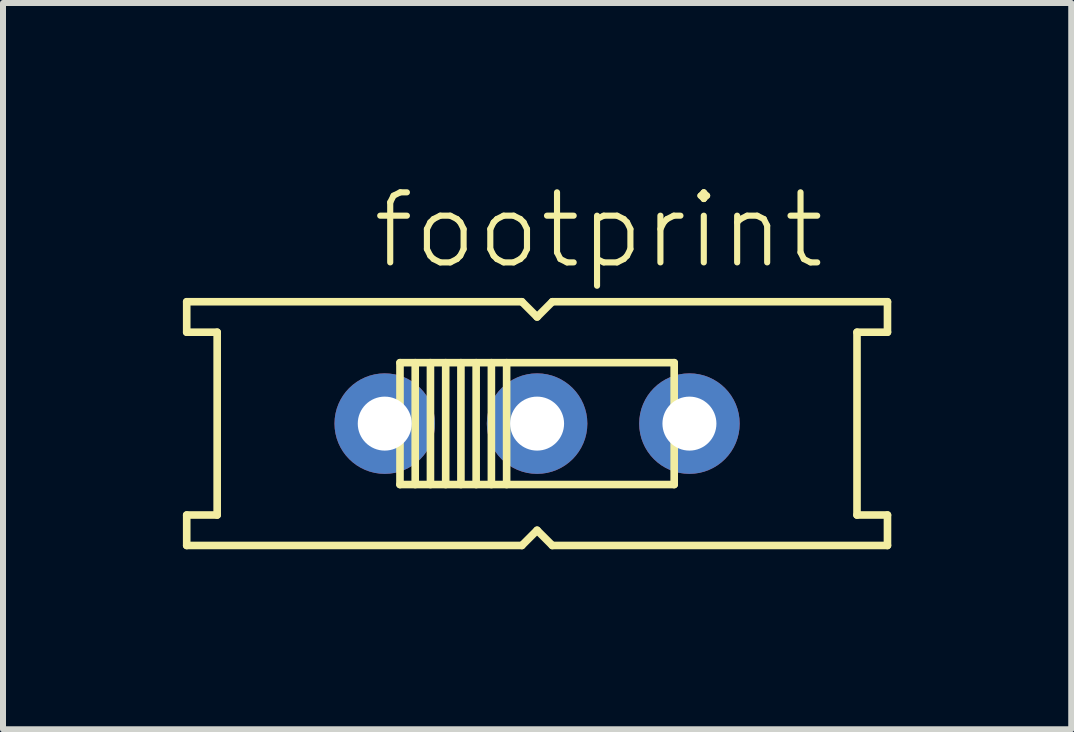
<source format=kicad_pcb>
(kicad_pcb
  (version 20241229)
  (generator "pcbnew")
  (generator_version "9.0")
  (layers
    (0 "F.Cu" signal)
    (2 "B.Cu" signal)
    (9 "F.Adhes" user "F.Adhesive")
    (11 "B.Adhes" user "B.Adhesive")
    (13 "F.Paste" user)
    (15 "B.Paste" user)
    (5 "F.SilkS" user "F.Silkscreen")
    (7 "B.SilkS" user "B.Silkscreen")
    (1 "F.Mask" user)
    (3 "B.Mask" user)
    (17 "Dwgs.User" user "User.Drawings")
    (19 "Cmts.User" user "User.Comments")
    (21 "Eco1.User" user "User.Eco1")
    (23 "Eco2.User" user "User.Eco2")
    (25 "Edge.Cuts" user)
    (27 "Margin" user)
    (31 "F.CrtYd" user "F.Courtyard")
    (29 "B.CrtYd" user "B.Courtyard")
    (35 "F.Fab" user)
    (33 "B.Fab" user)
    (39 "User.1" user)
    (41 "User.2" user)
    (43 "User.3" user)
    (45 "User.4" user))
  (footprint "footprint"
    (layer "F.Cu")
    (at 5.905 4.013)
    (property "Reference" "footprint" (at -2.794 -2.54 0) (layer "F.SilkS") (effects (font (size 1.168 1.168) (thickness 0.102)) (justify left bottom)))
    (fp_line (start -5.842 -2.032) (end -0.254 -2.032) (stroke (width 0.127) (type solid)) (layer "F.SilkS"))
    (fp_line (start -5.842 -1.524) (end -5.842 -2.032) (stroke (width 0.127) (type solid)) (layer "F.SilkS"))
    (fp_line (start -5.842 1.524) (end -5.334 1.524) (stroke (width 0.127) (type solid)) (layer "F.SilkS"))
    (fp_line (start -5.842 2.032) (end -5.842 1.524) (stroke (width 0.127) (type solid)) (layer "F.SilkS"))
    (fp_line (start -5.334 -1.524) (end -5.842 -1.524) (stroke (width 0.127) (type solid)) (layer "F.SilkS"))
    (fp_line (start -5.334 1.524) (end -5.334 -1.524) (stroke (width 0.127) (type solid)) (layer "F.SilkS"))
    (fp_line (start -2.286 -1.016) (end 2.286 -1.016) (stroke (width 0.127) (type solid)) (layer "F.SilkS"))
    (fp_line (start -2.286 1.016) (end -2.286 -1.016) (stroke (width 0.127) (type solid)) (layer "F.SilkS"))
    (fp_line (start -2.032 -1.016) (end -2.032 1.016) (stroke (width 0.127) (type solid)) (layer "F.SilkS"))
    (fp_line (start -1.778 1.016) (end -1.778 -1.016) (stroke (width 0.127) (type solid)) (layer "F.SilkS"))
    (fp_line (start -1.524 -1.016) (end -1.524 1.016) (stroke (width 0.127) (type solid)) (layer "F.SilkS"))
    (fp_line (start -1.27 1.016) (end -1.27 -1.016) (stroke (width 0.127) (type solid)) (layer "F.SilkS"))
    (fp_line (start -1.016 -1.016) (end -1.016 1.016) (stroke (width 0.127) (type solid)) (layer "F.SilkS"))
    (fp_line (start -0.762 1.016) (end -0.762 -1.016) (stroke (width 0.127) (type solid)) (layer "F.SilkS"))
    (fp_line (start -0.508 -1.016) (end -0.508 1.016) (stroke (width 0.127) (type solid)) (layer "F.SilkS"))
    (fp_line (start -0.254 -2.032) (end 0 -1.778) (stroke (width 0.127) (type solid)) (layer "F.SilkS"))
    (fp_line (start -0.254 2.032) (end -5.842 2.032) (stroke (width 0.127) (type solid)) (layer "F.SilkS"))
    (fp_line (start 0 -1.778) (end 0.254 -2.032) (stroke (width 0.127) (type solid)) (layer "F.SilkS"))
    (fp_line (start 0 1.778) (end -0.254 2.032) (stroke (width 0.127) (type solid)) (layer "F.SilkS"))
    (fp_line (start 0.254 -2.032) (end 5.842 -2.032) (stroke (width 0.127) (type solid)) (layer "F.SilkS"))
    (fp_line (start 0.254 2.032) (end 0 1.778) (stroke (width 0.127) (type solid)) (layer "F.SilkS"))
    (fp_line (start 2.286 -1.016) (end 2.286 1.016) (stroke (width 0.127) (type solid)) (layer "F.SilkS"))
    (fp_line (start 2.286 1.016) (end -2.286 1.016) (stroke (width 0.127) (type solid)) (layer "F.SilkS"))
    (fp_line (start 5.334 -1.524) (end 5.334 1.524) (stroke (width 0.127) (type solid)) (layer "F.SilkS"))
    (fp_line (start 5.334 1.524) (end 5.842 1.524) (stroke (width 0.127) (type solid)) (layer "F.SilkS"))
    (fp_line (start 5.842 -2.032) (end 5.842 -1.524) (stroke (width 0.127) (type solid)) (layer "F.SilkS"))
    (fp_line (start 5.842 -1.524) (end 5.334 -1.524) (stroke (width 0.127) (type solid)) (layer "F.SilkS"))
    (fp_line (start 5.842 1.524) (end 5.842 2.032) (stroke (width 0.127) (type solid)) (layer "F.SilkS"))
    (fp_line (start 5.842 2.032) (end 0.254 2.032) (stroke (width 0.127) (type solid)) (layer "F.SilkS"))
    (pad "O" thru_hole circle (at -2.54 0) (size 1.676 1.676) (drill 0.9) (layers "*.Cu" "*.Mask"))
    (pad "P" thru_hole circle (at 0 0) (size 1.676 1.676) (drill 0.9) (layers "*.Cu" "*.Mask"))
    (pad "S" thru_hole circle (at 2.54 0) (size 1.676 1.676) (drill 0.9) (layers "*.Cu" "*.Mask")))
  (gr_rect
    (start -3 -3)
    (end 14.811 9.109)
    (stroke (width 0.1) (type default))
    (fill no)
    (layer "Edge.Cuts")))
</source>
